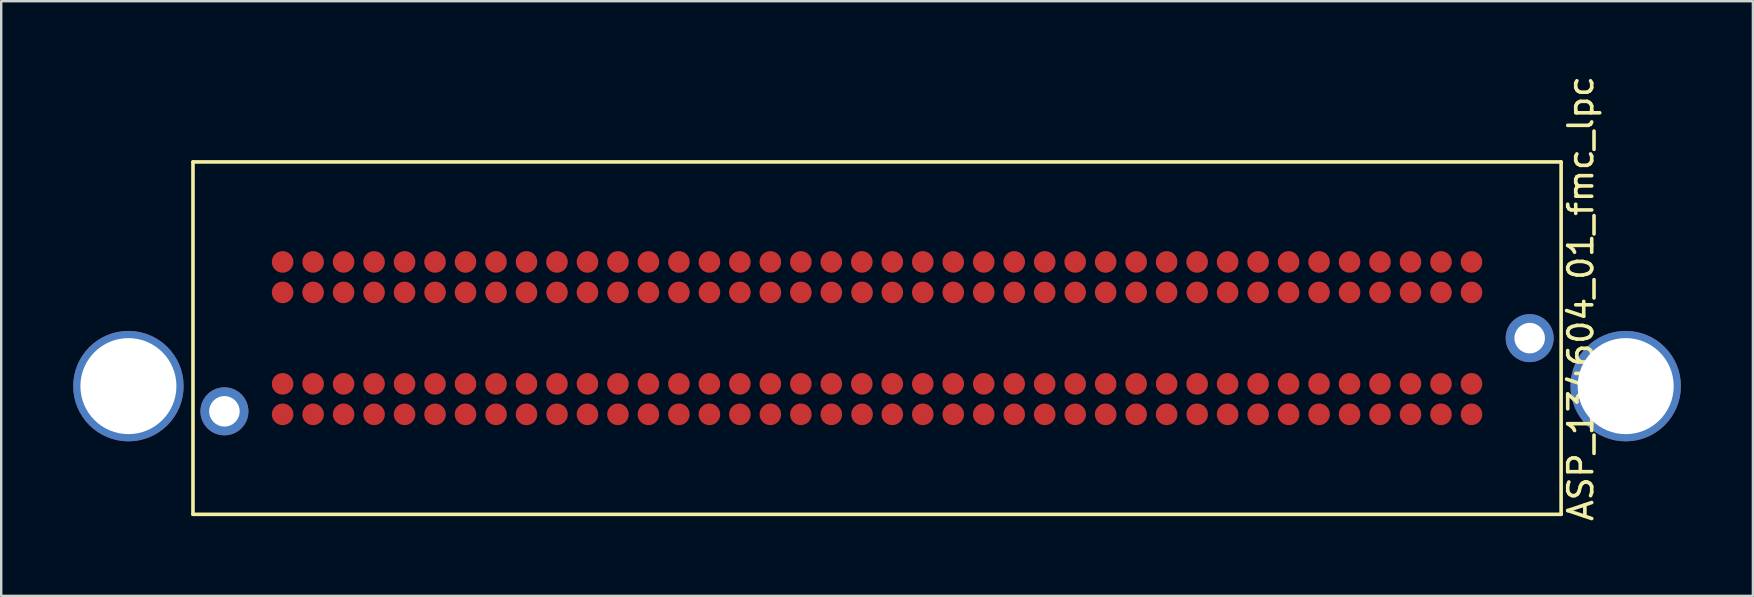
<source format=kicad_pcb>
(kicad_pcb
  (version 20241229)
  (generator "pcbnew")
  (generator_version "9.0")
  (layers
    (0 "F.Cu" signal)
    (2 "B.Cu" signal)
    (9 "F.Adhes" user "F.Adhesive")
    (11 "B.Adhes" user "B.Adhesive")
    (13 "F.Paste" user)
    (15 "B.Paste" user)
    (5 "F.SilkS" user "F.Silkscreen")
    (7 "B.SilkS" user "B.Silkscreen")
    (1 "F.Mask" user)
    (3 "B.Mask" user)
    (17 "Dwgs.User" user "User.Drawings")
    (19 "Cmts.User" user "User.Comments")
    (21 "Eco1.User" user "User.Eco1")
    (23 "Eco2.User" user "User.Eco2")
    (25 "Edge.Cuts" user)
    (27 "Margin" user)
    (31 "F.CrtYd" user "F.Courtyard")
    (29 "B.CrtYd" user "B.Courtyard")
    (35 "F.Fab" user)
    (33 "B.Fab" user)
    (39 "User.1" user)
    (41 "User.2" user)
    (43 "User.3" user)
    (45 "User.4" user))
  (footprint "ASP_134604_01_fmc_lpc"
    (layer "F.Cu")
    (at 33.49 11.037)
    (property "Reference" "ASP_134604_01_fmc_lpc" (at 29.32 -1.65 270) (layer "F.SilkS") (effects (font (size 1 1) (thickness 0.15))))
    (attr smd)
    (fp_line (start -28.5 -7.34) (end -28.5 7.34) (stroke (width 0.15) (type solid)) (layer "F.SilkS"))
    (fp_line (start -28.5 -7.34) (end 28.5 -7.34) (stroke (width 0.15) (type solid)) (layer "F.SilkS"))
    (fp_line (start 28.5 -7.34) (end 28.5 7.34) (stroke (width 0.15) (type solid)) (layer "F.SilkS"))
    (fp_line (start 28.5 7.34) (end -28.5 7.34) (stroke (width 0.15) (type solid)) (layer "F.SilkS"))
    (pad "C01" smd circle (at 24.765 -3.175) (size 0.9 0.9) (layers "F.Cu" "F.Mask" "F.Paste"))
    (pad "C01" thru_hole circle (at 27.19 0) (size 2 2) (drill 1.27) (layers "*.Cu" "F.Mask"))
    (pad "C01" thru_hole circle (at 31.19 2) (size 4.6 4.6) (drill 4) (layers "*.Cu" "*.Mask"))
    (pad "C02" smd circle (at 23.495 -3.175) (size 0.9 0.9) (layers "F.Cu" "F.Mask" "F.Paste"))
    (pad "C03" smd circle (at 22.225 -3.175) (size 0.9 0.9) (layers "F.Cu" "F.Mask" "F.Paste"))
    (pad "C04" smd circle (at 20.955 -3.175) (size 0.9 0.9) (layers "F.Cu" "F.Mask" "F.Paste"))
    (pad "C05" smd circle (at 19.685 -3.175) (size 0.9 0.9) (layers "F.Cu" "F.Mask" "F.Paste"))
    (pad "C06" smd circle (at 18.415 -3.175) (size 0.9 0.9) (layers "F.Cu" "F.Mask" "F.Paste"))
    (pad "C07" smd circle (at 17.145 -3.175) (size 0.9 0.9) (layers "F.Cu" "F.Mask" "F.Paste"))
    (pad "C08" smd circle (at 15.875 -3.175) (size 0.9 0.9) (layers "F.Cu" "F.Mask" "F.Paste"))
    (pad "C09" smd circle (at 14.605 -3.175) (size 0.9 0.9) (layers "F.Cu" "F.Mask" "F.Paste"))
    (pad "C10" smd circle (at 13.335 -3.175) (size 0.9 0.9) (layers "F.Cu" "F.Mask" "F.Paste"))
    (pad "C11" smd circle (at 12.065 -3.175) (size 0.9 0.9) (layers "F.Cu" "F.Mask" "F.Paste"))
    (pad "C12" smd circle (at 10.795 -3.175) (size 0.9 0.9) (layers "F.Cu" "F.Mask" "F.Paste"))
    (pad "C13" smd circle (at 9.525 -3.175) (size 0.9 0.9) (layers "F.Cu" "F.Mask" "F.Paste"))
    (pad "C14" smd circle (at 8.255 -3.175) (size 0.9 0.9) (layers "F.Cu" "F.Mask" "F.Paste"))
    (pad "C15" smd circle (at 6.985 -3.175) (size 0.9 0.9) (layers "F.Cu" "F.Mask" "F.Paste"))
    (pad "C16" smd circle (at 5.715 -3.175) (size 0.9 0.9) (layers "F.Cu" "F.Mask" "F.Paste"))
    (pad "C17" smd circle (at 4.445 -3.175) (size 0.9 0.9) (layers "F.Cu" "F.Mask" "F.Paste"))
    (pad "C18" smd circle (at 3.175 -3.175) (size 0.9 0.9) (layers "F.Cu" "F.Mask" "F.Paste"))
    (pad "C19" smd circle (at 1.905 -3.175) (size 0.9 0.9) (layers "F.Cu" "F.Mask" "F.Paste"))
    (pad "C20" smd circle (at 0.635 -3.175) (size 0.9 0.9) (layers "F.Cu" "F.Mask" "F.Paste"))
    (pad "C21" smd circle (at -0.635 -3.175) (size 0.9 0.9) (layers "F.Cu" "F.Mask" "F.Paste"))
    (pad "C22" smd circle (at -1.905 -3.175) (size 0.9 0.9) (layers "F.Cu" "F.Mask" "F.Paste"))
    (pad "C23" smd circle (at -3.175 -3.175) (size 0.9 0.9) (layers "F.Cu" "F.Mask" "F.Paste"))
    (pad "C24" smd circle (at -4.445 -3.175) (size 0.9 0.9) (layers "F.Cu" "F.Mask" "F.Paste"))
    (pad "C25" smd circle (at -5.715 -3.175) (size 0.9 0.9) (layers "F.Cu" "F.Mask" "F.Paste"))
    (pad "C26" smd circle (at -6.985 -3.175) (size 0.9 0.9) (layers "F.Cu" "F.Mask" "F.Paste"))
    (pad "C27" smd circle (at -8.255 -3.175) (size 0.9 0.9) (layers "F.Cu" "F.Mask" "F.Paste"))
    (pad "C28" smd circle (at -9.525 -3.175) (size 0.9 0.9) (layers "F.Cu" "F.Mask" "F.Paste"))
    (pad "C29" smd circle (at -10.795 -3.175) (size 0.9 0.9) (layers "F.Cu" "F.Mask" "F.Paste"))
    (pad "C30" smd circle (at -12.065 -3.175) (size 0.9 0.9) (layers "F.Cu" "F.Mask" "F.Paste"))
    (pad "C31" smd circle (at -13.335 -3.175) (size 0.9 0.9) (layers "F.Cu" "F.Mask" "F.Paste"))
    (pad "C32" smd circle (at -14.605 -3.175) (size 0.9 0.9) (layers "F.Cu" "F.Mask" "F.Paste"))
    (pad "C33" smd circle (at -15.875 -3.175) (size 0.9 0.9) (layers "F.Cu" "F.Mask" "F.Paste"))
    (pad "C34" smd circle (at -17.145 -3.175) (size 0.9 0.9) (layers "F.Cu" "F.Mask" "F.Paste"))
    (pad "C35" smd circle (at -18.415 -3.175) (size 0.9 0.9) (layers "F.Cu" "F.Mask" "F.Paste"))
    (pad "C36" smd circle (at -19.685 -3.175) (size 0.9 0.9) (layers "F.Cu" "F.Mask" "F.Paste"))
    (pad "C37" smd circle (at -20.955 -3.175) (size 0.9 0.9) (layers "F.Cu" "F.Mask" "F.Paste"))
    (pad "C38" smd circle (at -22.225 -3.175) (size 0.9 0.9) (layers "F.Cu" "F.Mask" "F.Paste"))
    (pad "C39" smd circle (at -23.495 -3.175) (size 0.9 0.9) (layers "F.Cu" "F.Mask" "F.Paste"))
    (pad "C40" smd circle (at -24.765 -3.175) (size 0.9 0.9) (layers "F.Cu" "F.Mask" "F.Paste"))
    (pad "D01" smd circle (at 24.765 -1.905) (size 0.9 0.9) (layers "F.Cu" "F.Mask" "F.Paste"))
    (pad "D02" smd circle (at 23.495 -1.905) (size 0.9 0.9) (layers "F.Cu" "F.Mask" "F.Paste"))
    (pad "D03" smd circle (at 22.225 -1.905) (size 0.9 0.9) (layers "F.Cu" "F.Mask" "F.Paste"))
    (pad "D04" smd circle (at 20.955 -1.905) (size 0.9 0.9) (layers "F.Cu" "F.Mask" "F.Paste"))
    (pad "D05" smd circle (at 19.685 -1.905) (size 0.9 0.9) (layers "F.Cu" "F.Mask" "F.Paste"))
    (pad "D06" smd circle (at 18.415 -1.905) (size 0.9 0.9) (layers "F.Cu" "F.Mask" "F.Paste"))
    (pad "D07" smd circle (at 17.145 -1.905) (size 0.9 0.9) (layers "F.Cu" "F.Mask" "F.Paste"))
    (pad "D08" smd circle (at 15.875 -1.905) (size 0.9 0.9) (layers "F.Cu" "F.Mask" "F.Paste"))
    (pad "D09" smd circle (at 14.605 -1.905) (size 0.9 0.9) (layers "F.Cu" "F.Mask" "F.Paste"))
    (pad "D10" smd circle (at 13.335 -1.905) (size 0.9 0.9) (layers "F.Cu" "F.Mask" "F.Paste"))
    (pad "D11" smd circle (at 12.065 -1.905) (size 0.9 0.9) (layers "F.Cu" "F.Mask" "F.Paste"))
    (pad "D12" smd circle (at 10.795 -1.905) (size 0.9 0.9) (layers "F.Cu" "F.Mask" "F.Paste"))
    (pad "D13" smd circle (at 9.525 -1.905) (size 0.9 0.9) (layers "F.Cu" "F.Mask" "F.Paste"))
    (pad "D14" smd circle (at 8.255 -1.905) (size 0.9 0.9) (layers "F.Cu" "F.Mask" "F.Paste"))
    (pad "D15" smd circle (at 6.985 -1.905) (size 0.9 0.9) (layers "F.Cu" "F.Mask" "F.Paste"))
    (pad "D16" smd circle (at 5.715 -1.905) (size 0.9 0.9) (layers "F.Cu" "F.Mask" "F.Paste"))
    (pad "D17" smd circle (at 4.445 -1.905) (size 0.9 0.9) (layers "F.Cu" "F.Mask" "F.Paste"))
    (pad "D18" smd circle (at 3.175 -1.905) (size 0.9 0.9) (layers "F.Cu" "F.Mask" "F.Paste"))
    (pad "D19" smd circle (at 1.905 -1.905) (size 0.9 0.9) (layers "F.Cu" "F.Mask" "F.Paste"))
    (pad "D20" smd circle (at 0.635 -1.905) (size 0.9 0.9) (layers "F.Cu" "F.Mask" "F.Paste"))
    (pad "D21" smd circle (at -0.625 -1.905) (size 0.9 0.9) (layers "F.Cu" "F.Mask" "F.Paste"))
    (pad "D22" smd circle (at -1.905 -1.905) (size 0.9 0.9) (layers "F.Cu" "F.Mask" "F.Paste"))
    (pad "D23" smd circle (at -3.175 -1.905) (size 0.9 0.9) (layers "F.Cu" "F.Mask" "F.Paste"))
    (pad "D24" smd circle (at -4.445 -1.905) (size 0.9 0.9) (layers "F.Cu" "F.Mask" "F.Paste"))
    (pad "D25" smd circle (at -5.715 -1.905) (size 0.9 0.9) (layers "F.Cu" "F.Mask" "F.Paste"))
    (pad "D26" smd circle (at -6.985 -1.905) (size 0.9 0.9) (layers "F.Cu" "F.Mask" "F.Paste"))
    (pad "D27" smd circle (at -8.255 -1.905) (size 0.9 0.9) (layers "F.Cu" "F.Mask" "F.Paste"))
    (pad "D28" smd circle (at -9.525 -1.905) (size 0.9 0.9) (layers "F.Cu" "F.Mask" "F.Paste"))
    (pad "D29" smd circle (at -10.795 -1.905) (size 0.9 0.9) (layers "F.Cu" "F.Mask" "F.Paste"))
    (pad "D30" smd circle (at -12.065 -1.905) (size 0.9 0.9) (layers "F.Cu" "F.Mask" "F.Paste"))
    (pad "D31" smd circle (at -13.335 -1.905) (size 0.9 0.9) (layers "F.Cu" "F.Mask" "F.Paste"))
    (pad "D32" smd circle (at -14.605 -1.905) (size 0.9 0.9) (layers "F.Cu" "F.Mask" "F.Paste"))
    (pad "D33" smd circle (at -15.875 -1.905) (size 0.9 0.9) (layers "F.Cu" "F.Mask" "F.Paste"))
    (pad "D34" smd circle (at -17.145 -1.905) (size 0.9 0.9) (layers "F.Cu" "F.Mask" "F.Paste"))
    (pad "D35" smd circle (at -18.415 -1.905) (size 0.9 0.9) (layers "F.Cu" "F.Mask" "F.Paste"))
    (pad "D36" smd circle (at -19.685 -1.905) (size 0.9 0.9) (layers "F.Cu" "F.Mask" "F.Paste"))
    (pad "D37" smd circle (at -20.955 -1.905) (size 0.9 0.9) (layers "F.Cu" "F.Mask" "F.Paste"))
    (pad "D38" smd circle (at -22.225 -1.905) (size 0.9 0.9) (layers "F.Cu" "F.Mask" "F.Paste"))
    (pad "D39" smd circle (at -23.495 -1.905) (size 0.9 0.9) (layers "F.Cu" "F.Mask" "F.Paste"))
    (pad "D40" smd circle (at -24.765 -1.905) (size 0.9 0.9) (layers "F.Cu" "F.Mask" "F.Paste"))
    (pad "G01" smd circle (at 24.765 1.905) (size 0.9 0.9) (layers "F.Cu" "F.Mask" "F.Paste"))
    (pad "G02" smd circle (at 23.495 1.905) (size 0.9 0.9) (layers "F.Cu" "F.Mask" "F.Paste"))
    (pad "G03" smd circle (at 22.225 1.905) (size 0.9 0.9) (layers "F.Cu" "F.Mask" "F.Paste"))
    (pad "G04" smd circle (at 20.955 1.905) (size 0.9 0.9) (layers "F.Cu" "F.Mask" "F.Paste"))
    (pad "G05" smd circle (at 19.685 1.905) (size 0.9 0.9) (layers "F.Cu" "F.Mask" "F.Paste"))
    (pad "G06" smd circle (at 18.415 1.905) (size 0.9 0.9) (layers "F.Cu" "F.Mask" "F.Paste"))
    (pad "G07" smd circle (at 17.145 1.905) (size 0.9 0.9) (layers "F.Cu" "F.Mask" "F.Paste"))
    (pad "G08" smd circle (at 15.875 1.905) (size 0.9 0.9) (layers "F.Cu" "F.Mask" "F.Paste"))
    (pad "G09" smd circle (at 14.605 1.905) (size 0.9 0.9) (layers "F.Cu" "F.Mask" "F.Paste"))
    (pad "G10" smd circle (at 13.335 1.905) (size 0.9 0.9) (layers "F.Cu" "F.Mask" "F.Paste"))
    (pad "G11" smd circle (at 12.065 1.905) (size 0.9 0.9) (layers "F.Cu" "F.Mask" "F.Paste"))
    (pad "G12" smd circle (at 10.795 1.905) (size 0.9 0.9) (layers "F.Cu" "F.Mask" "F.Paste"))
    (pad "G13" smd circle (at 9.525 1.905) (size 0.9 0.9) (layers "F.Cu" "F.Mask" "F.Paste"))
    (pad "G14" smd circle (at 8.255 1.905) (size 0.9 0.9) (layers "F.Cu" "F.Mask" "F.Paste"))
    (pad "G15" smd circle (at 6.985 1.905) (size 0.9 0.9) (layers "F.Cu" "F.Mask" "F.Paste"))
    (pad "G16" smd circle (at 5.715 1.905) (size 0.9 0.9) (layers "F.Cu" "F.Mask" "F.Paste"))
    (pad "G17" smd circle (at 4.445 1.905) (size 0.9 0.9) (layers "F.Cu" "F.Mask" "F.Paste"))
    (pad "G18" smd circle (at 3.175 1.905) (size 0.9 0.9) (layers "F.Cu" "F.Mask" "F.Paste"))
    (pad "G19" smd circle (at 1.905 1.905) (size 0.9 0.9) (layers "F.Cu" "F.Mask" "F.Paste"))
    (pad "G20" smd circle (at 0.635 1.905) (size 0.9 0.9) (layers "F.Cu" "F.Mask" "F.Paste"))
    (pad "G21" smd circle (at -0.635 1.905) (size 0.9 0.9) (layers "F.Cu" "F.Mask" "F.Paste"))
    (pad "G22" smd circle (at -1.905 1.905) (size 0.9 0.9) (layers "F.Cu" "F.Mask" "F.Paste"))
    (pad "G23" smd circle (at -3.175 1.905) (size 0.9 0.9) (layers "F.Cu" "F.Mask" "F.Paste"))
    (pad "G24" smd circle (at -4.445 1.905) (size 0.9 0.9) (layers "F.Cu" "F.Mask" "F.Paste"))
    (pad "G25" smd circle (at -5.715 1.905) (size 0.9 0.9) (layers "F.Cu" "F.Mask" "F.Paste"))
    (pad "G26" smd circle (at -6.985 1.905) (size 0.9 0.9) (layers "F.Cu" "F.Mask" "F.Paste"))
    (pad "G27" smd circle (at -8.255 1.905) (size 0.9 0.9) (layers "F.Cu" "F.Mask" "F.Paste"))
    (pad "G28" smd circle (at -9.525 1.905) (size 0.9 0.9) (layers "F.Cu" "F.Mask" "F.Paste"))
    (pad "G29" smd circle (at -10.795 1.905) (size 0.9 0.9) (layers "F.Cu" "F.Mask" "F.Paste"))
    (pad "G30" smd circle (at -12.065 1.905) (size 0.9 0.9) (layers "F.Cu" "F.Mask" "F.Paste"))
    (pad "G31" smd circle (at -13.335 1.905) (size 0.9 0.9) (layers "F.Cu" "F.Mask" "F.Paste"))
    (pad "G32" smd circle (at -14.605 1.905) (size 0.9 0.9) (layers "F.Cu" "F.Mask" "F.Paste"))
    (pad "G33" smd circle (at -15.875 1.905) (size 0.9 0.9) (layers "F.Cu" "F.Mask" "F.Paste"))
    (pad "G34" smd circle (at -17.145 1.905) (size 0.9 0.9) (layers "F.Cu" "F.Mask" "F.Paste"))
    (pad "G35" smd circle (at -18.415 1.905) (size 0.9 0.9) (layers "F.Cu" "F.Mask" "F.Paste"))
    (pad "G36" smd circle (at -19.685 1.905) (size 0.9 0.9) (layers "F.Cu" "F.Mask" "F.Paste"))
    (pad "G37" smd circle (at -20.955 1.905) (size 0.9 0.9) (layers "F.Cu" "F.Mask" "F.Paste"))
    (pad "G38" smd circle (at -22.225 1.905) (size 0.9 0.9) (layers "F.Cu" "F.Mask" "F.Paste"))
    (pad "G39" smd circle (at -23.495 1.905) (size 0.9 0.9) (layers "F.Cu" "F.Mask" "F.Paste"))
    (pad "G40" thru_hole circle (at -31.19 2) (size 4.6 4.6) (drill 4) (layers "*.Cu" "*.Mask"))
    (pad "G40" thru_hole circle (at -27.19 3.05) (size 2 2) (drill 1.27) (layers "*.Cu" "F.Mask"))
    (pad "G40" smd circle (at -24.765 1.905) (size 0.9 0.9) (layers "F.Cu" "F.Mask" "F.Paste"))
    (pad "H01" smd circle (at 24.765 3.175) (size 0.9 0.9) (layers "F.Cu" "F.Mask" "F.Paste"))
    (pad "H02" smd circle (at 23.495 3.175) (size 0.9 0.9) (layers "F.Cu" "F.Mask" "F.Paste"))
    (pad "H03" smd circle (at 22.225 3.175) (size 0.9 0.9) (layers "F.Cu" "F.Mask" "F.Paste"))
    (pad "H04" smd circle (at 20.955 3.175) (size 0.9 0.9) (layers "F.Cu" "F.Mask" "F.Paste"))
    (pad "H05" smd circle (at 19.685 3.175) (size 0.9 0.9) (layers "F.Cu" "F.Mask" "F.Paste"))
    (pad "H06" smd circle (at 18.415 3.175) (size 0.9 0.9) (layers "F.Cu" "F.Mask" "F.Paste"))
    (pad "H07" smd circle (at 17.145 3.175) (size 0.9 0.9) (layers "F.Cu" "F.Mask" "F.Paste"))
    (pad "H08" smd circle (at 15.875 3.175) (size 0.9 0.9) (layers "F.Cu" "F.Mask" "F.Paste"))
    (pad "H09" smd circle (at 14.605 3.175) (size 0.9 0.9) (layers "F.Cu" "F.Mask" "F.Paste"))
    (pad "H10" smd circle (at 13.335 3.175) (size 0.9 0.9) (layers "F.Cu" "F.Mask" "F.Paste"))
    (pad "H11" smd circle (at 12.065 3.175) (size 0.9 0.9) (layers "F.Cu" "F.Mask" "F.Paste"))
    (pad "H12" smd circle (at 10.795 3.175) (size 0.9 0.9) (layers "F.Cu" "F.Mask" "F.Paste"))
    (pad "H13" smd circle (at 9.525 3.175) (size 0.9 0.9) (layers "F.Cu" "F.Mask" "F.Paste"))
    (pad "H14" smd circle (at 8.255 3.175) (size 0.9 0.9) (layers "F.Cu" "F.Mask" "F.Paste"))
    (pad "H15" smd circle (at 6.985 3.175) (size 0.9 0.9) (layers "F.Cu" "F.Mask" "F.Paste"))
    (pad "H16" smd circle (at 5.715 3.175) (size 0.9 0.9) (layers "F.Cu" "F.Mask" "F.Paste"))
    (pad "H17" smd circle (at 4.445 3.175) (size 0.9 0.9) (layers "F.Cu" "F.Mask" "F.Paste"))
    (pad "H18" smd circle (at 3.175 3.175) (size 0.9 0.9) (layers "F.Cu" "F.Mask" "F.Paste"))
    (pad "H19" smd circle (at 1.905 3.175) (size 0.9 0.9) (layers "F.Cu" "F.Mask" "F.Paste"))
    (pad "H20" smd circle (at 0.635 3.175) (size 0.9 0.9) (layers "F.Cu" "F.Mask" "F.Paste"))
    (pad "H21" smd circle (at -0.625 3.175) (size 0.9 0.9) (layers "F.Cu" "F.Mask" "F.Paste"))
    (pad "H22" smd circle (at -1.905 3.175) (size 0.9 0.9) (layers "F.Cu" "F.Mask" "F.Paste"))
    (pad "H23" smd circle (at -3.175 3.175) (size 0.9 0.9) (layers "F.Cu" "F.Mask" "F.Paste"))
    (pad "H24" smd circle (at -4.445 3.175) (size 0.9 0.9) (layers "F.Cu" "F.Mask" "F.Paste"))
    (pad "H25" smd circle (at -5.715 3.175) (size 0.9 0.9) (layers "F.Cu" "F.Mask" "F.Paste"))
    (pad "H26" smd circle (at -6.985 3.175) (size 0.9 0.9) (layers "F.Cu" "F.Mask" "F.Paste"))
    (pad "H27" smd circle (at -8.255 3.175) (size 0.9 0.9) (layers "F.Cu" "F.Mask" "F.Paste"))
    (pad "H28" smd circle (at -9.525 3.175) (size 0.9 0.9) (layers "F.Cu" "F.Mask" "F.Paste"))
    (pad "H29" smd circle (at -10.795 3.175) (size 0.9 0.9) (layers "F.Cu" "F.Mask" "F.Paste"))
    (pad "H30" smd circle (at -12.065 3.175) (size 0.9 0.9) (layers "F.Cu" "F.Mask" "F.Paste"))
    (pad "H31" smd circle (at -13.335 3.175) (size 0.9 0.9) (layers "F.Cu" "F.Mask" "F.Paste"))
    (pad "H32" smd circle (at -14.605 3.175) (size 0.9 0.9) (layers "F.Cu" "F.Mask" "F.Paste"))
    (pad "H33" smd circle (at -15.875 3.175) (size 0.9 0.9) (layers "F.Cu" "F.Mask" "F.Paste"))
    (pad "H34" smd circle (at -17.145 3.175) (size 0.9 0.9) (layers "F.Cu" "F.Mask" "F.Paste"))
    (pad "H35" smd circle (at -18.415 3.175) (size 0.9 0.9) (layers "F.Cu" "F.Mask" "F.Paste"))
    (pad "H36" smd circle (at -19.685 3.175) (size 0.9 0.9) (layers "F.Cu" "F.Mask" "F.Paste"))
    (pad "H37" smd circle (at -20.955 3.175) (size 0.9 0.9) (layers "F.Cu" "F.Mask" "F.Paste"))
    (pad "H38" smd circle (at -22.225 3.175) (size 0.9 0.9) (layers "F.Cu" "F.Mask" "F.Paste"))
    (pad "H39" smd circle (at -23.495 3.175) (size 0.9 0.9) (layers "F.Cu" "F.Mask" "F.Paste"))
    (pad "H40" smd circle (at -24.765 3.175) (size 0.9 0.9) (layers "F.Cu" "F.Mask" "F.Paste")))
  (gr_rect
    (start -3 -3)
    (end 69.98 21.774)
    (stroke (width 0.1) (type default))
    (fill no)
    (layer "Edge.Cuts")))
</source>
